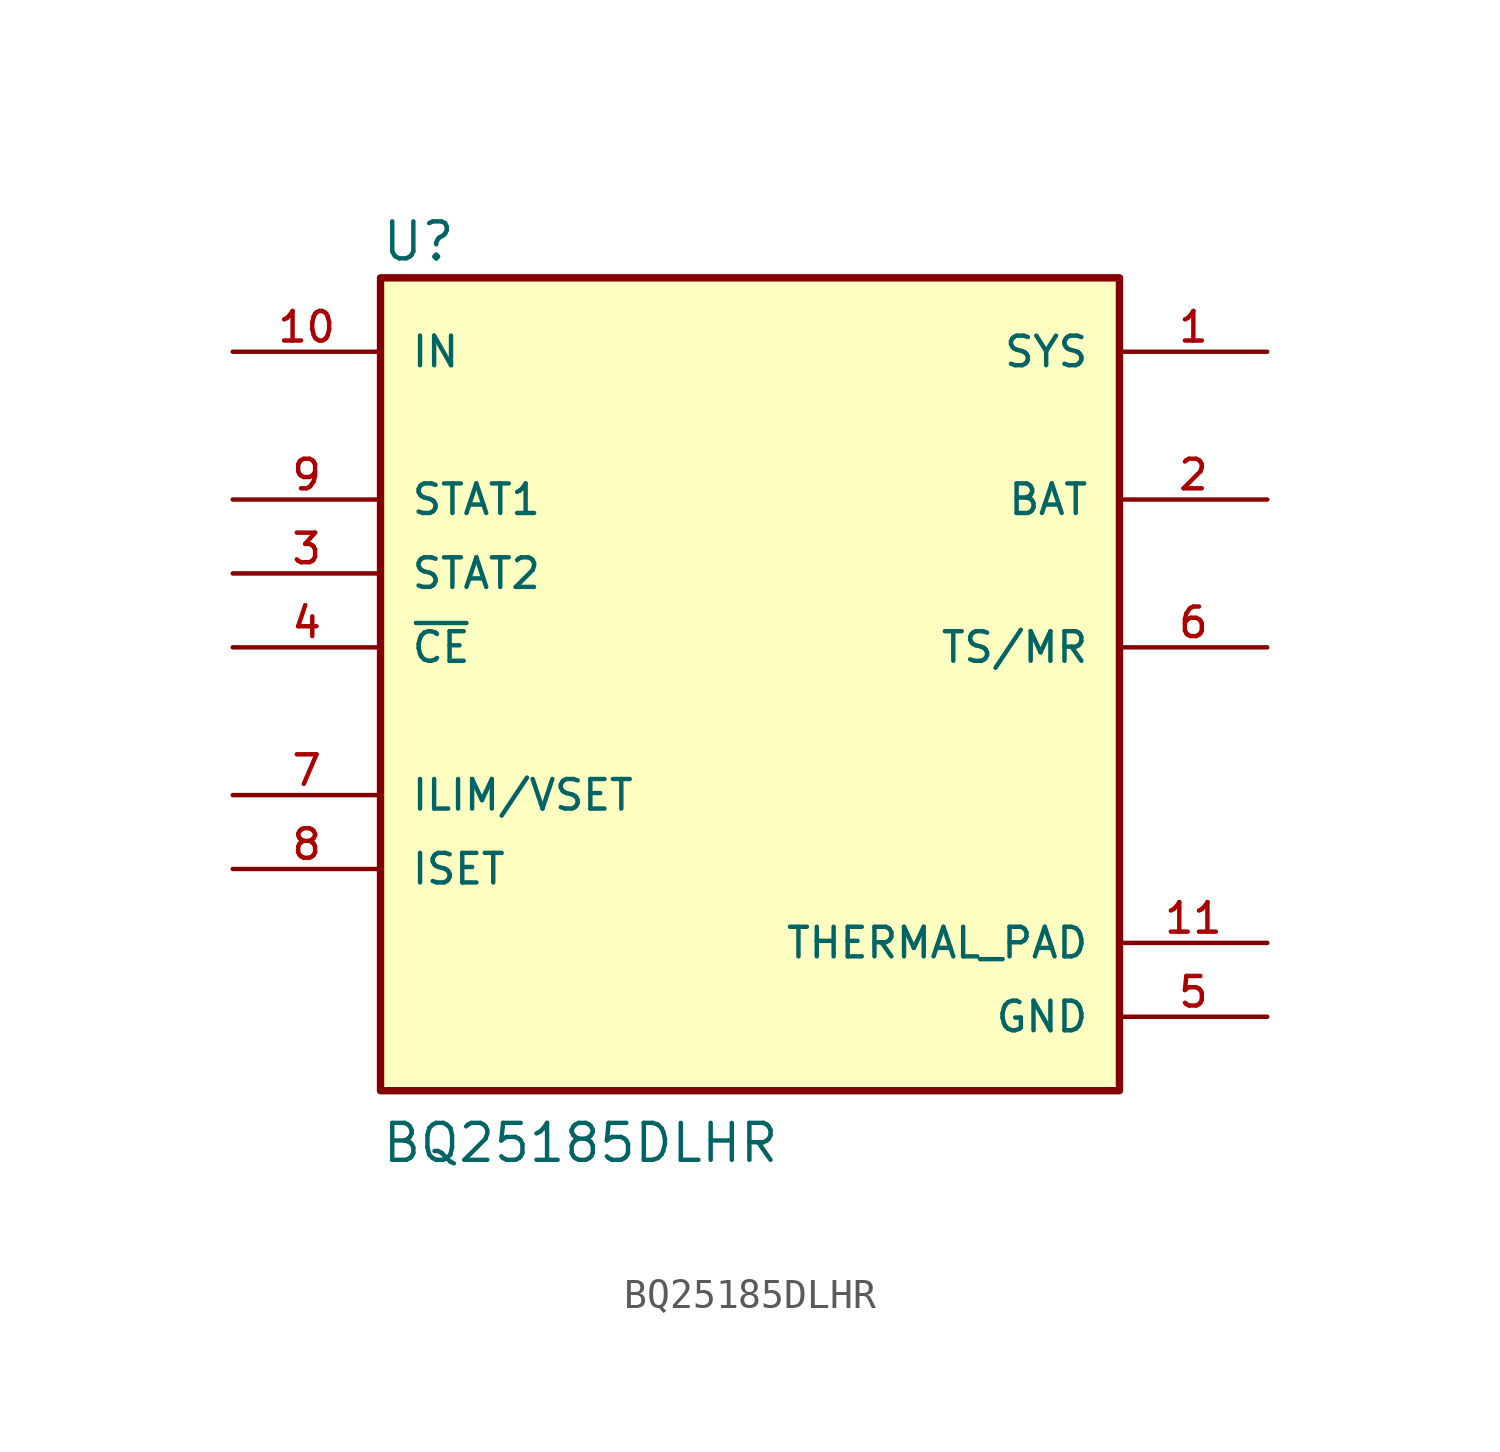
<source format=kicad_sym>
(kicad_symbol_lib
  (version 20211014)
  (generator kicad_symbol_editor)
  (symbol "BQ25185DLHR"
    (pin_names
      (offset 1.016))
    (property "Reference" "U"
      (at -12.7 15.748 0)
      (effects (font (size 1.27 1.27)) (justify bottom left)))
    (property "Value" "BQ25185DLHR"
      (at -12.7 -15.24 0)
      (effects (font (size 1.27 1.27)) (justify bottom left)))
    (symbol "BQ25185DLHR_0_0"
      (rectangle (start -12.7 -12.7) (end 12.7 15.24) (stroke (width 0.254)) (fill (type background)))
      (pin input line (at -17.78 12.7 0) (length 5.08) (name "IN" (effects (font (size 1.016 1.016)))) (number "10" (effects (font (size 1.016 1.016)))))
      (pin output line (at -17.78 7.62 0) (length 5.08) (name "STAT1" (effects (font (size 1.016 1.016)))) (number "9" (effects (font (size 1.016 1.016)))))
      (pin output line (at -17.78 5.08 0) (length 5.08) (name "STAT2" (effects (font (size 1.016 1.016)))) (number "3" (effects (font (size 1.016 1.016)))))
      (pin input line (at -17.78 2.54 0) (length 5.08) (name "~{CE}" (effects (font (size 1.016 1.016)))) (number "4" (effects (font (size 1.016 1.016)))))
      (pin input line (at -17.78 -2.54 0) (length 5.08) (name "ILIM/VSET" (effects (font (size 1.016 1.016)))) (number "7" (effects (font (size 1.016 1.016)))))
      (pin input line (at -17.78 -5.08 0) (length 5.08) (name "ISET" (effects (font (size 1.016 1.016)))) (number "8" (effects (font (size 1.016 1.016)))))
      (pin output line (at 17.78 12.7 180.0) (length 5.08) (name "SYS" (effects (font (size 1.016 1.016)))) (number "1" (effects (font (size 1.016 1.016)))))
      (pin output line (at 17.78 7.62 180.0) (length 5.08) (name "BAT" (effects (font (size 1.016 1.016)))) (number "2" (effects (font (size 1.016 1.016)))))
      (pin input line (at 17.78 2.54 180.0) (length 5.08) (name "TS/MR" (effects (font (size 1.016 1.016)))) (number "6" (effects (font (size 1.016 1.016)))))
      (pin passive line (at 17.78 -7.62 180.0) (length 5.08) (name "THERMAL_PAD" (effects (font (size 1.016 1.016)))) (number "11" (effects (font (size 1.016 1.016)))))
      (pin power_in line (at 17.78 -10.16 180.0) (length 5.08) (name "GND" (effects (font (size 1.016 1.016)))) (number "5" (effects (font (size 1.016 1.016))))))))
</source>
